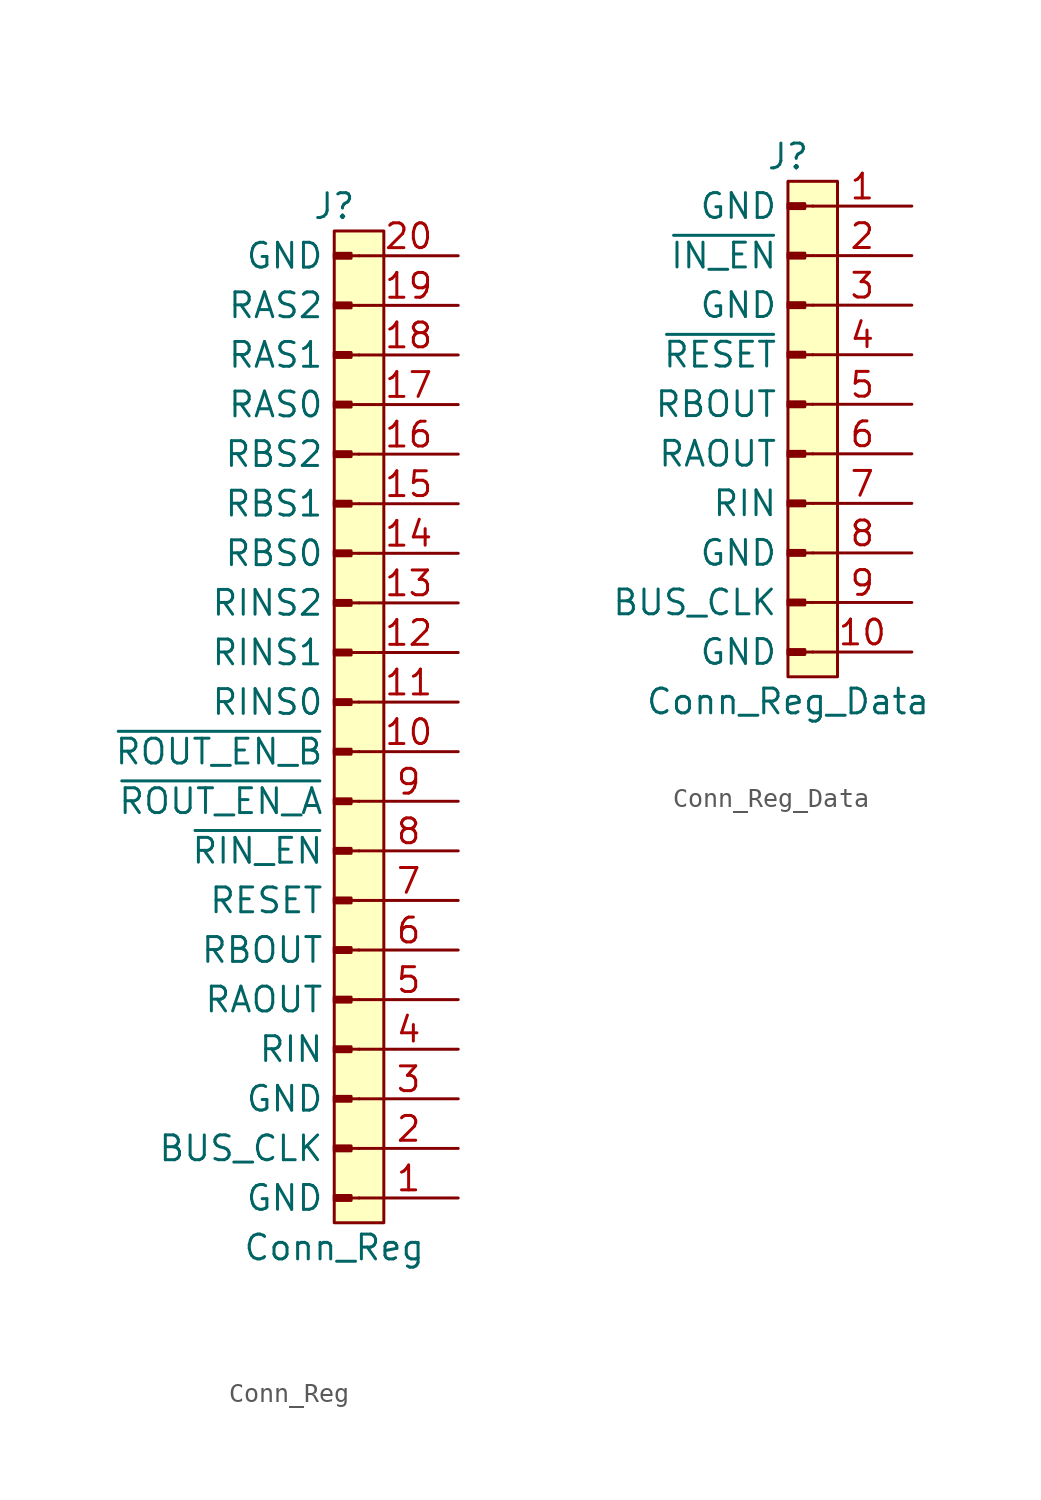
<source format=kicad_sym>
(kicad_symbol_lib
  (version 20211014)
  (generator kicad_symbol_editor)
  (symbol "Conn_Reg"
    (pin_names
      (offset 1.778))
    (property "Reference" "J"
      (at 0 25.4 0)
      (effects (font (size 1.27 1.27))))
    (property "Value" "Conn_Reg"
      (at 0 -27.94 0)
      (effects (font (size 1.27 1.27))))
    (symbol "Conn_Reg_0_1"
      (rectangle (start 0 24.13) (end 2.54 -26.67) (stroke (width 0) (type default) (color 0 0 0 0)) (fill (type background))))
    (symbol "Conn_Reg_1_1"
      (polyline (pts (xy 1.27 -25.4) (xy 0.864 -25.4)) (stroke (width 0.152) (type default) (color 0 0 0 0)) (fill (type none)))
      (polyline (pts (xy 1.27 -22.86) (xy 0.864 -22.86)) (stroke (width 0.152) (type default) (color 0 0 0 0)) (fill (type none)))
      (polyline (pts (xy 1.27 -20.32) (xy 0.864 -20.32)) (stroke (width 0.152) (type default) (color 0 0 0 0)) (fill (type none)))
      (polyline (pts (xy 1.27 -17.78) (xy 0.864 -17.78)) (stroke (width 0.152) (type default) (color 0 0 0 0)) (fill (type none)))
      (polyline (pts (xy 1.27 -15.24) (xy 0.864 -15.24)) (stroke (width 0.152) (type default) (color 0 0 0 0)) (fill (type none)))
      (polyline (pts (xy 1.27 -12.7) (xy 0.864 -12.7)) (stroke (width 0.152) (type default) (color 0 0 0 0)) (fill (type none)))
      (polyline (pts (xy 1.27 -10.16) (xy 0.864 -10.16)) (stroke (width 0.152) (type default) (color 0 0 0 0)) (fill (type none)))
      (polyline (pts (xy 1.27 -7.62) (xy 0.864 -7.62)) (stroke (width 0.152) (type default) (color 0 0 0 0)) (fill (type none)))
      (polyline (pts (xy 1.27 -5.08) (xy 0.864 -5.08)) (stroke (width 0.152) (type default) (color 0 0 0 0)) (fill (type none)))
      (polyline (pts (xy 1.27 -2.54) (xy 0.864 -2.54)) (stroke (width 0.152) (type default) (color 0 0 0 0)) (fill (type none)))
      (polyline (pts (xy 1.27 0) (xy 0.864 0)) (stroke (width 0.152) (type default) (color 0 0 0 0)) (fill (type none)))
      (polyline (pts (xy 1.27 2.54) (xy 0.864 2.54)) (stroke (width 0.152) (type default) (color 0 0 0 0)) (fill (type none)))
      (polyline (pts (xy 1.27 5.08) (xy 0.864 5.08)) (stroke (width 0.152) (type default) (color 0 0 0 0)) (fill (type none)))
      (polyline (pts (xy 1.27 7.62) (xy 0.864 7.62)) (stroke (width 0.152) (type default) (color 0 0 0 0)) (fill (type none)))
      (polyline (pts (xy 1.27 10.16) (xy 0.864 10.16)) (stroke (width 0.152) (type default) (color 0 0 0 0)) (fill (type none)))
      (polyline (pts (xy 1.27 12.7) (xy 0.864 12.7)) (stroke (width 0.152) (type default) (color 0 0 0 0)) (fill (type none)))
      (polyline (pts (xy 1.27 15.24) (xy 0.864 15.24)) (stroke (width 0.152) (type default) (color 0 0 0 0)) (fill (type none)))
      (polyline (pts (xy 1.27 17.78) (xy 0.864 17.78)) (stroke (width 0.152) (type default) (color 0 0 0 0)) (fill (type none)))
      (polyline (pts (xy 1.27 20.32) (xy 0.864 20.32)) (stroke (width 0.152) (type default) (color 0 0 0 0)) (fill (type none)))
      (polyline (pts (xy 1.27 22.86) (xy 0.864 22.86)) (stroke (width 0.152) (type default) (color 0 0 0 0)) (fill (type none)))
      (rectangle (start 0.864 -25.527) (end 0 -25.273) (stroke (width 0.152) (type default) (color 0 0 0 0)) (fill (type outline)))
      (rectangle (start 0.864 -22.987) (end 0 -22.733) (stroke (width 0.152) (type default) (color 0 0 0 0)) (fill (type outline)))
      (rectangle (start 0.864 -20.447) (end 0 -20.193) (stroke (width 0.152) (type default) (color 0 0 0 0)) (fill (type outline)))
      (rectangle (start 0.864 -17.907) (end 0 -17.653) (stroke (width 0.152) (type default) (color 0 0 0 0)) (fill (type outline)))
      (rectangle (start 0.864 -15.367) (end 0 -15.113) (stroke (width 0.152) (type default) (color 0 0 0 0)) (fill (type outline)))
      (rectangle (start 0.864 -12.827) (end 0 -12.573) (stroke (width 0.152) (type default) (color 0 0 0 0)) (fill (type outline)))
      (rectangle (start 0.864 -10.287) (end 0 -10.033) (stroke (width 0.152) (type default) (color 0 0 0 0)) (fill (type outline)))
      (rectangle (start 0.864 -7.747) (end 0 -7.493) (stroke (width 0.152) (type default) (color 0 0 0 0)) (fill (type outline)))
      (rectangle (start 0.864 -5.207) (end 0 -4.953) (stroke (width 0.152) (type default) (color 0 0 0 0)) (fill (type outline)))
      (rectangle (start 0.864 -2.667) (end 0 -2.413) (stroke (width 0.152) (type default) (color 0 0 0 0)) (fill (type outline)))
      (rectangle (start 0.864 -0.127) (end 0 0.127) (stroke (width 0.152) (type default) (color 0 0 0 0)) (fill (type outline)))
      (rectangle (start 0.864 2.413) (end 0 2.667) (stroke (width 0.152) (type default) (color 0 0 0 0)) (fill (type outline)))
      (rectangle (start 0.864 4.953) (end 0 5.207) (stroke (width 0.152) (type default) (color 0 0 0 0)) (fill (type outline)))
      (rectangle (start 0.864 7.493) (end 0 7.747) (stroke (width 0.152) (type default) (color 0 0 0 0)) (fill (type outline)))
      (rectangle (start 0.864 10.033) (end 0 10.287) (stroke (width 0.152) (type default) (color 0 0 0 0)) (fill (type outline)))
      (rectangle (start 0.864 12.573) (end 0 12.827) (stroke (width 0.152) (type default) (color 0 0 0 0)) (fill (type outline)))
      (rectangle (start 0.864 15.113) (end 0 15.367) (stroke (width 0.152) (type default) (color 0 0 0 0)) (fill (type outline)))
      (rectangle (start 0.864 17.653) (end 0 17.907) (stroke (width 0.152) (type default) (color 0 0 0 0)) (fill (type outline)))
      (rectangle (start 0.864 20.193) (end 0 20.447) (stroke (width 0.152) (type default) (color 0 0 0 0)) (fill (type outline)))
      (rectangle (start 0.864 22.733) (end 0 22.987) (stroke (width 0.152) (type default) (color 0 0 0 0)) (fill (type outline)))
      (pin passive line (at 6.35 -25.4 180) (length 5.08) (name "GND" (effects (font (size 1.27 1.27)))) (number "1" (effects (font (size 1.27 1.27)))))
      (pin passive line (at 6.35 -2.54 180) (length 5.08) (name "~{ROUT_EN_B}" (effects (font (size 1.27 1.27)))) (number "10" (effects (font (size 1.27 1.27)))))
      (pin passive line (at 6.35 0 180) (length 5.08) (name "RINS0" (effects (font (size 1.27 1.27)))) (number "11" (effects (font (size 1.27 1.27)))))
      (pin passive line (at 6.35 2.54 180) (length 5.08) (name "RINS1" (effects (font (size 1.27 1.27)))) (number "12" (effects (font (size 1.27 1.27)))))
      (pin passive line (at 6.35 5.08 180) (length 5.08) (name "RINS2" (effects (font (size 1.27 1.27)))) (number "13" (effects (font (size 1.27 1.27)))))
      (pin passive line (at 6.35 7.62 180) (length 5.08) (name "RBS0" (effects (font (size 1.27 1.27)))) (number "14" (effects (font (size 1.27 1.27)))))
      (pin passive line (at 6.35 10.16 180) (length 5.08) (name "RBS1" (effects (font (size 1.27 1.27)))) (number "15" (effects (font (size 1.27 1.27)))))
      (pin passive line (at 6.35 12.7 180) (length 5.08) (name "RBS2" (effects (font (size 1.27 1.27)))) (number "16" (effects (font (size 1.27 1.27)))))
      (pin passive line (at 6.35 15.24 180) (length 5.08) (name "RAS0" (effects (font (size 1.27 1.27)))) (number "17" (effects (font (size 1.27 1.27)))))
      (pin passive line (at 6.35 17.78 180) (length 5.08) (name "RAS1" (effects (font (size 1.27 1.27)))) (number "18" (effects (font (size 1.27 1.27)))))
      (pin passive line (at 6.35 20.32 180) (length 5.08) (name "RAS2" (effects (font (size 1.27 1.27)))) (number "19" (effects (font (size 1.27 1.27)))))
      (pin passive line (at 6.35 -22.86 180) (length 5.08) (name "BUS_CLK" (effects (font (size 1.27 1.27)))) (number "2" (effects (font (size 1.27 1.27)))))
      (pin passive line (at 6.35 22.86 180) (length 5.08) (name "GND" (effects (font (size 1.27 1.27)))) (number "20" (effects (font (size 1.27 1.27)))))
      (pin passive line (at 6.35 -20.32 180) (length 5.08) (name "GND" (effects (font (size 1.27 1.27)))) (number "3" (effects (font (size 1.27 1.27)))))
      (pin passive line (at 6.35 -17.78 180) (length 5.08) (name "RIN" (effects (font (size 1.27 1.27)))) (number "4" (effects (font (size 1.27 1.27)))))
      (pin passive line (at 6.35 -15.24 180) (length 5.08) (name "RAOUT" (effects (font (size 1.27 1.27)))) (number "5" (effects (font (size 1.27 1.27)))))
      (pin passive line (at 6.35 -12.7 180) (length 5.08) (name "RBOUT" (effects (font (size 1.27 1.27)))) (number "6" (effects (font (size 1.27 1.27)))))
      (pin passive line (at 6.35 -10.16 180) (length 5.08) (name "RESET" (effects (font (size 1.27 1.27)))) (number "7" (effects (font (size 1.27 1.27)))))
      (pin passive line (at 6.35 -7.62 180) (length 5.08) (name "~{RIN_EN}" (effects (font (size 1.27 1.27)))) (number "8" (effects (font (size 1.27 1.27)))))
      (pin passive line (at 6.35 -5.08 180) (length 5.08) (name "~{ROUT_EN_A}" (effects (font (size 1.27 1.27)))) (number "9" (effects (font (size 1.27 1.27)))))))
  (symbol "Conn_Reg_Data"
    (pin_names
      (offset 1.778))
    (property "Reference" "J"
      (at 0 12.7 0)
      (effects (font (size 1.27 1.27))))
    (property "Value" "Conn_Reg_Data"
      (at 0 -15.24 0)
      (effects (font (size 1.27 1.27))))
    (symbol "Conn_Reg_Data_0_1"
      (rectangle (start 0 11.43) (end 2.54 -13.97) (stroke (width 0) (type default) (color 0 0 0 0)) (fill (type background))))
    (symbol "Conn_Reg_Data_1_1"
      (polyline (pts (xy 1.27 -12.7) (xy 0.864 -12.7)) (stroke (width 0.152) (type default) (color 0 0 0 0)) (fill (type none)))
      (polyline (pts (xy 1.27 -10.16) (xy 0.864 -10.16)) (stroke (width 0.152) (type default) (color 0 0 0 0)) (fill (type none)))
      (polyline (pts (xy 1.27 -7.62) (xy 0.864 -7.62)) (stroke (width 0.152) (type default) (color 0 0 0 0)) (fill (type none)))
      (polyline (pts (xy 1.27 -5.08) (xy 0.864 -5.08)) (stroke (width 0.152) (type default) (color 0 0 0 0)) (fill (type none)))
      (polyline (pts (xy 1.27 -2.54) (xy 0.864 -2.54)) (stroke (width 0.152) (type default) (color 0 0 0 0)) (fill (type none)))
      (polyline (pts (xy 1.27 0) (xy 0.864 0)) (stroke (width 0.152) (type default) (color 0 0 0 0)) (fill (type none)))
      (polyline (pts (xy 1.27 2.54) (xy 0.864 2.54)) (stroke (width 0.152) (type default) (color 0 0 0 0)) (fill (type none)))
      (polyline (pts (xy 1.27 5.08) (xy 0.864 5.08)) (stroke (width 0.152) (type default) (color 0 0 0 0)) (fill (type none)))
      (polyline (pts (xy 1.27 7.62) (xy 0.864 7.62)) (stroke (width 0.152) (type default) (color 0 0 0 0)) (fill (type none)))
      (polyline (pts (xy 1.27 10.16) (xy 0.864 10.16)) (stroke (width 0.152) (type default) (color 0 0 0 0)) (fill (type none)))
      (rectangle (start 0.864 -12.573) (end 0 -12.827) (stroke (width 0.152) (type default) (color 0 0 0 0)) (fill (type outline)))
      (rectangle (start 0.864 -10.033) (end 0 -10.287) (stroke (width 0.152) (type default) (color 0 0 0 0)) (fill (type outline)))
      (rectangle (start 0.864 -7.493) (end 0 -7.747) (stroke (width 0.152) (type default) (color 0 0 0 0)) (fill (type outline)))
      (rectangle (start 0.864 -4.953) (end 0 -5.207) (stroke (width 0.152) (type default) (color 0 0 0 0)) (fill (type outline)))
      (rectangle (start 0.864 -2.413) (end 0 -2.667) (stroke (width 0.152) (type default) (color 0 0 0 0)) (fill (type outline)))
      (rectangle (start 0.864 0.127) (end 0 -0.127) (stroke (width 0.152) (type default) (color 0 0 0 0)) (fill (type outline)))
      (rectangle (start 0.864 2.667) (end 0 2.413) (stroke (width 0.152) (type default) (color 0 0 0 0)) (fill (type outline)))
      (rectangle (start 0.864 5.207) (end 0 4.953) (stroke (width 0.152) (type default) (color 0 0 0 0)) (fill (type outline)))
      (rectangle (start 0.864 7.747) (end 0 7.493) (stroke (width 0.152) (type default) (color 0 0 0 0)) (fill (type outline)))
      (rectangle (start 0.864 10.287) (end 0 10.033) (stroke (width 0.152) (type default) (color 0 0 0 0)) (fill (type outline)))
      (pin passive line (at 6.35 10.16 180) (length 5.08) (name "GND" (effects (font (size 1.27 1.27)))) (number "1" (effects (font (size 1.27 1.27)))))
      (pin passive line (at 6.35 -12.7 180) (length 5.08) (name "GND" (effects (font (size 1.27 1.27)))) (number "10" (effects (font (size 1.27 1.27)))))
      (pin passive line (at 6.35 7.62 180) (length 5.08) (name "~{IN_EN}" (effects (font (size 1.27 1.27)))) (number "2" (effects (font (size 1.27 1.27)))))
      (pin passive line (at 6.35 5.08 180) (length 5.08) (name "GND" (effects (font (size 1.27 1.27)))) (number "3" (effects (font (size 1.27 1.27)))))
      (pin passive line (at 6.35 2.54 180) (length 5.08) (name "~{RESET}" (effects (font (size 1.27 1.27)))) (number "4" (effects (font (size 1.27 1.27)))))
      (pin passive line (at 6.35 0 180) (length 5.08) (name "RBOUT" (effects (font (size 1.27 1.27)))) (number "5" (effects (font (size 1.27 1.27)))))
      (pin passive line (at 6.35 -2.54 180) (length 5.08) (name "RAOUT" (effects (font (size 1.27 1.27)))) (number "6" (effects (font (size 1.27 1.27)))))
      (pin passive line (at 6.35 -5.08 180) (length 5.08) (name "RIN" (effects (font (size 1.27 1.27)))) (number "7" (effects (font (size 1.27 1.27)))))
      (pin passive line (at 6.35 -7.62 180) (length 5.08) (name "GND" (effects (font (size 1.27 1.27)))) (number "8" (effects (font (size 1.27 1.27)))))
      (pin passive line (at 6.35 -10.16 180) (length 5.08) (name "BUS_CLK" (effects (font (size 1.27 1.27)))) (number "9" (effects (font (size 1.27 1.27))))))))
</source>
